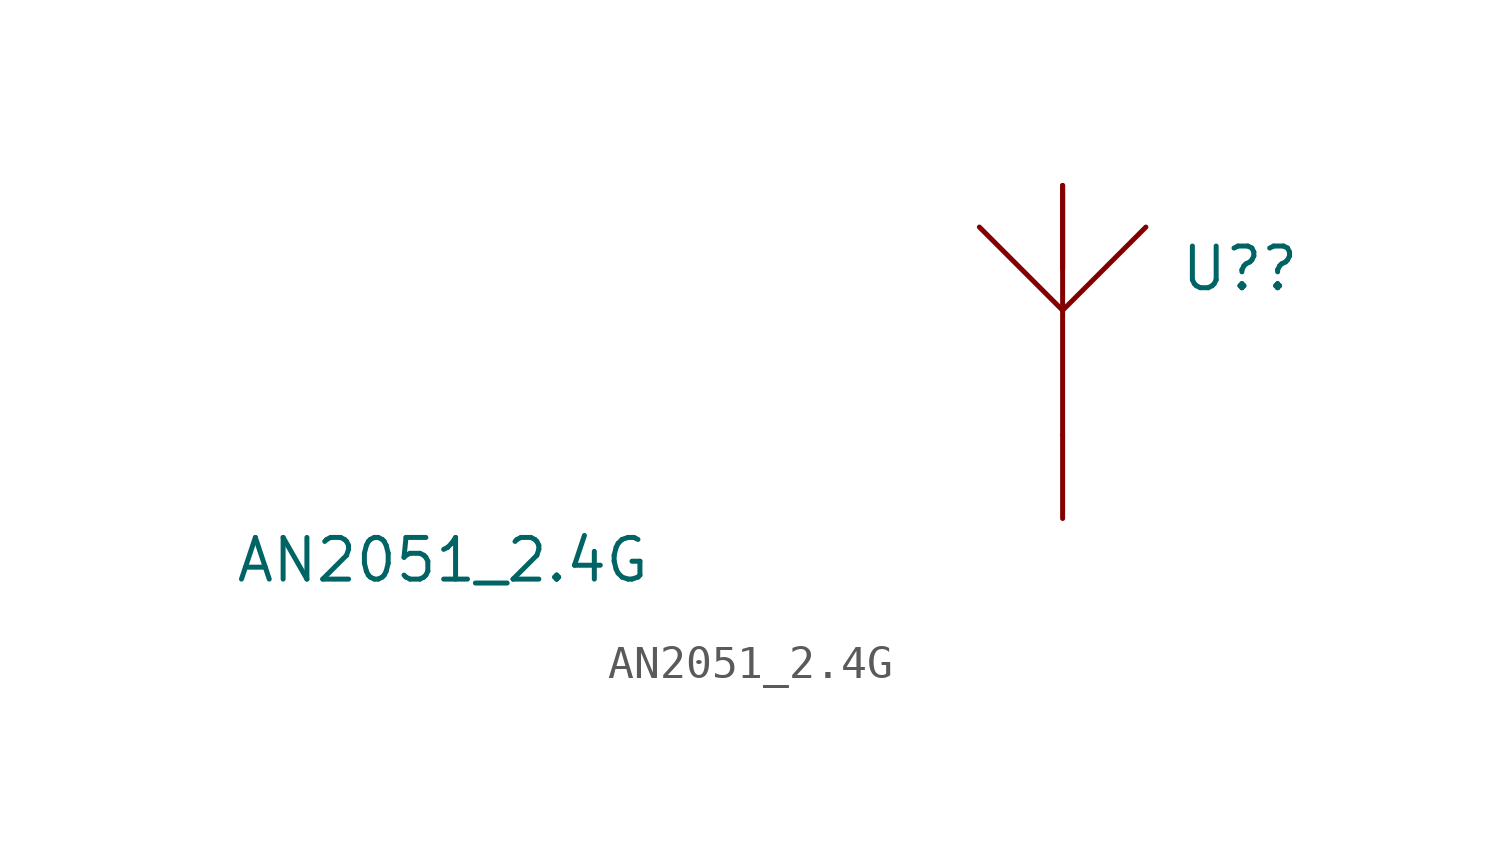
<source format=kicad_sym>
(kicad_symbol_lib
  (version 20231120)
  (generator "kicad_symbol_editor")
  (generator_version "8.0")
  (symbol "AN2051_2.4G"
    (pin_numbers hide)
    (pin_names
      (offset 1.016) hide)
    (property "Reference" "U?"
      (at 3.556 2.54 0)
      (effects (font (size 1.27 1.27)) (justify left)))
    (property "Value" "AN2051_2.4G"
      (at -25.273 -6.35 0)
      (effects (font (size 1.27 1.27)) (justify left)))
    (symbol "AN2051_2.4G_1_1"
      (polyline (pts (xy 0 1.27) (xy -2.54 3.81)) (stroke (width 0.152) (type default)) (fill (type none)))
      (polyline (pts (xy 0 1.27) (xy 0 -2.54)) (stroke (width 0.152) (type default)) (fill (type none)))
      (polyline (pts (xy 0 1.27) (xy 0 5.08)) (stroke (width 0.152) (type default)) (fill (type none)))
      (polyline (pts (xy 2.54 3.81) (xy 0 1.27)) (stroke (width 0.152) (type default)) (fill (type none)))
      (pin input line (at 0 -5.08 90) (length 2.54) (name "ANT" (effects (font (size 1.27 1.27)))) (number "1" (effects (font (size 1.27 1.27)))))
      (pin input line (at 0 5.08 270) (length 2.54) (name "2" (effects (font (size 1.27 1.27)))) (number "2" (effects (font (size 1.27 1.27))))))))
</source>
